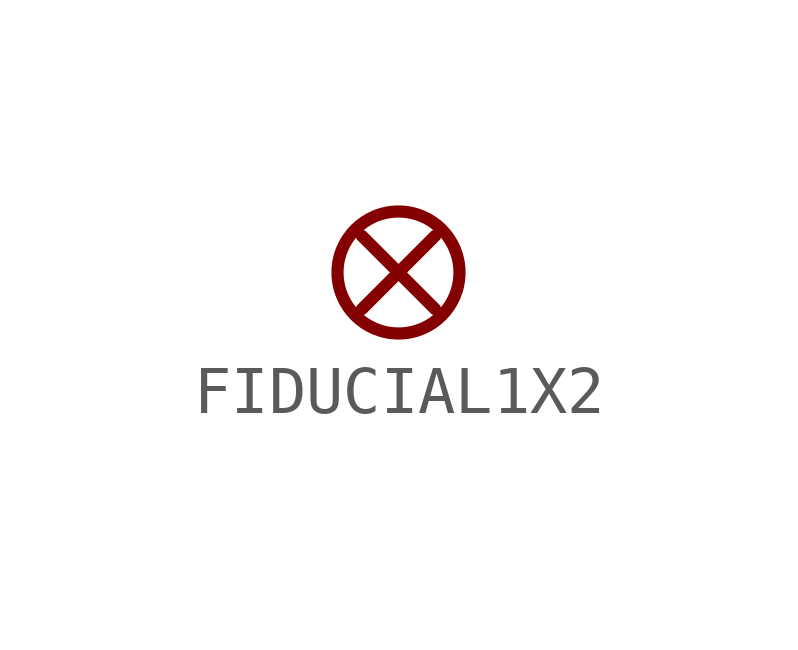
<source format=kicad_sym>
(kicad_symbol_lib
  (version 20231120)
  (generator "kicad_symbol_editor")
  (generator_version "8.0")
  (symbol "FIDUCIAL1X2"
    (property "Reference" "FID"
      (at 0 0 0)
      (effects (font (size 1.27 1.27)) (hide yes)))
    (property "ki_locked" ""
      (at 0 0 0)
      (effects (font (size 1.27 1.27))))
    (symbol "FIDUCIAL1X2_1_0"
      (polyline (pts (xy -0.762 0.762) (xy 0.762 -0.762)) (stroke (width 0.254) (type solid)) (fill (type none)))
      (polyline (pts (xy 0.762 0.762) (xy -0.762 -0.762)) (stroke (width 0.254) (type solid)) (fill (type none)))
      (circle (center 0 0) (radius 1.27) (stroke (width 0.254) (type solid)) (fill (type none))))))
</source>
